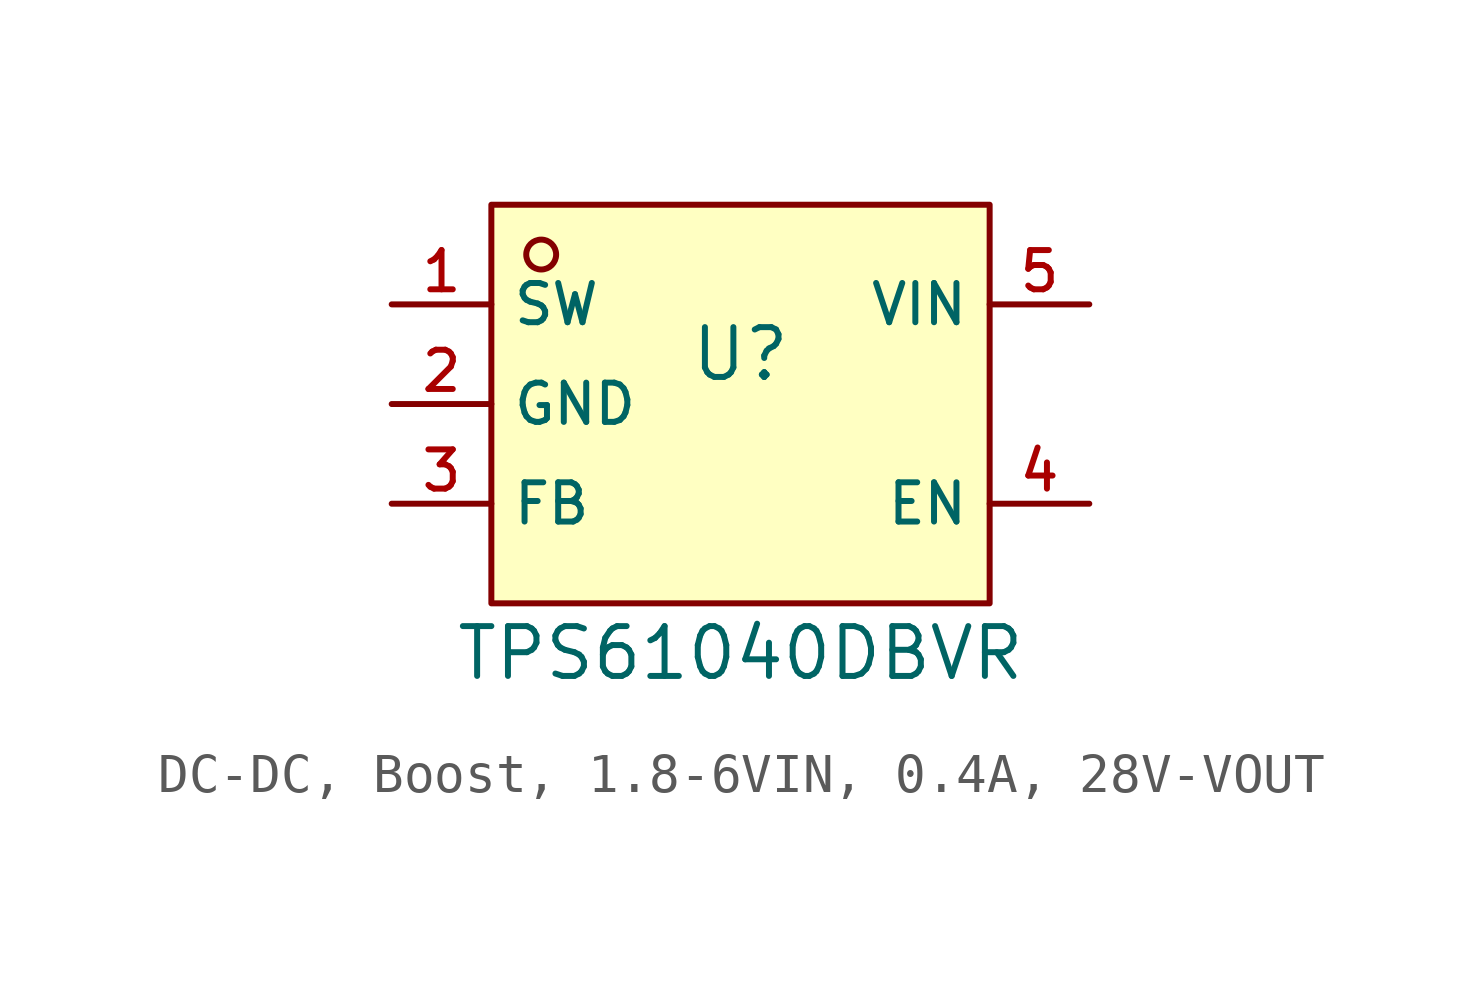
<source format=kicad_sym>
(kicad_symbol_lib
  (version 20231120)
  (generator "CDFER_Archive_Tool")
  (generator_version "0.0")
  (symbol "DC-DC, Boost, 1.8-6VIN, 0.4A, 28V-VOUT"
    (property "Reference" "U"
      (at -1.27 1.27 0)
      (effects (font (size 1.27 1.27))))
    (property "Value" "TPS61040DBVR"
      (at -1.27 -6.35 0)
      (effects (font (size 1.27 1.27))))
    (symbol "DC-DC, Boost, 1.8-6VIN, 0.4A, 28V-VOUT_0_1"
      (rectangle (start -7.62 5.08) (end 5.08 -5.08) (stroke (width 0) (type default)) (fill (type background)))
      (circle (center -6.35 3.81) (radius 0.381) (stroke (width 0) (type default)) (fill (type background)))
      (pin unspecified line (at -10.16 2.54 0) (length 2.54) (name "SW" (effects (font (size 1 1)))) (number "1" (effects (font (size 1 1)))))
      (pin unspecified line (at -10.16 0 0) (length 2.54) (name "GND" (effects (font (size 1 1)))) (number "2" (effects (font (size 1 1)))))
      (pin unspecified line (at -10.16 -2.54 0) (length 2.54) (name "FB" (effects (font (size 1 1)))) (number "3" (effects (font (size 1 1)))))
      (pin unspecified line (at 7.62 -2.54 180) (length 2.54) (name "EN" (effects (font (size 1 1)))) (number "4" (effects (font (size 1 1)))))
      (pin unspecified line (at 7.62 2.54 180) (length 2.54) (name "VIN" (effects (font (size 1 1)))) (number "5" (effects (font (size 1 1))))))))
</source>
